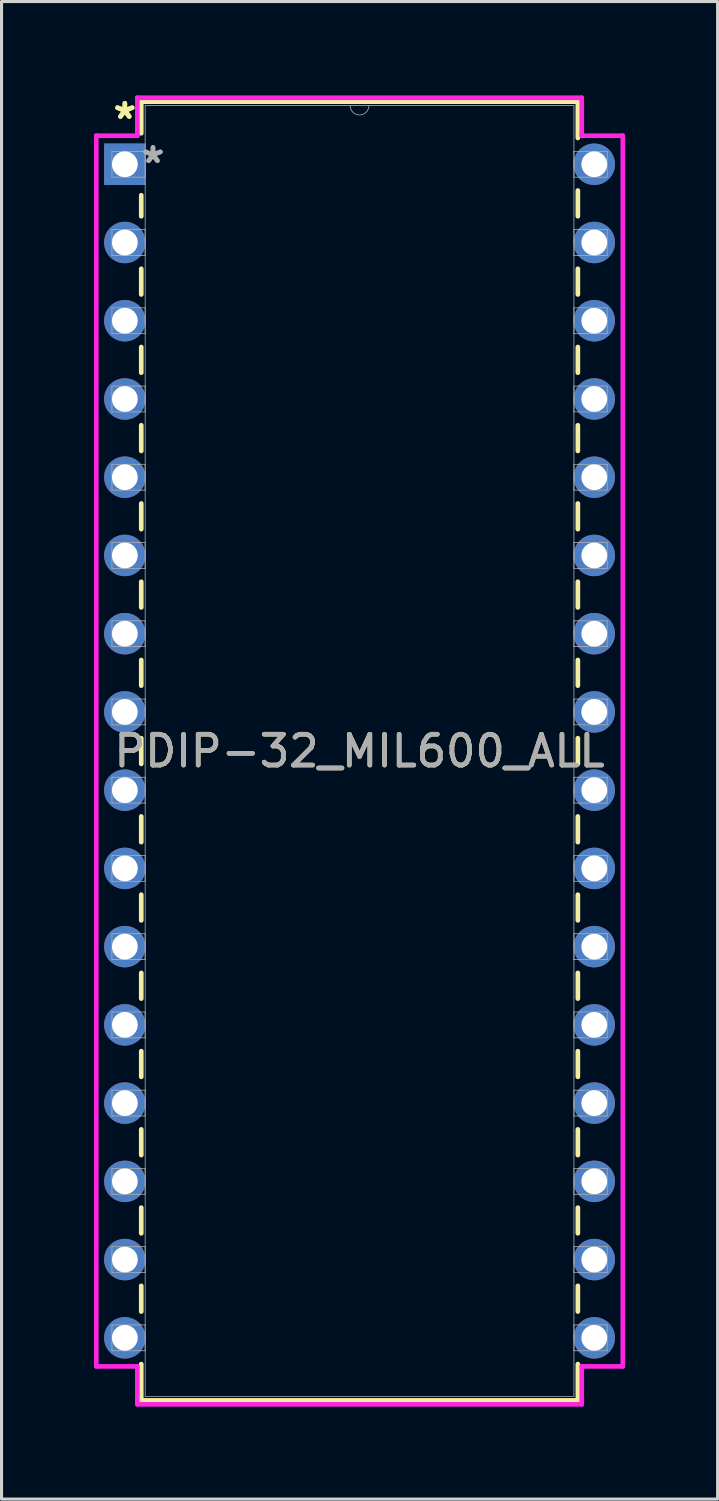
<source format=kicad_pcb>
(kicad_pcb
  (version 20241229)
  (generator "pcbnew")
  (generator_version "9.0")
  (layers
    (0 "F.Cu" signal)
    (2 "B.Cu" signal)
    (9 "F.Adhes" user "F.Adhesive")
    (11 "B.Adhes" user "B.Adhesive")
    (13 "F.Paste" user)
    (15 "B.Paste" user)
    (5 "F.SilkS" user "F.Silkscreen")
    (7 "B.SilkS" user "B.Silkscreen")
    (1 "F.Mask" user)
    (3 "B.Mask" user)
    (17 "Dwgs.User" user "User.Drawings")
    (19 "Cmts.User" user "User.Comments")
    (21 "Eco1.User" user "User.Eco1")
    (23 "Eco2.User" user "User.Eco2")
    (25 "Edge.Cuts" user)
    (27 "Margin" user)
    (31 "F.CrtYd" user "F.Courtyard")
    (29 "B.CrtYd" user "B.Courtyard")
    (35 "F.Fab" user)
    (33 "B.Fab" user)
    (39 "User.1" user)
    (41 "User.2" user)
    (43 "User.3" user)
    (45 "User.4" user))
  (footprint "PDIP-32_MIL600_ALL"
    (layer "F.Cu")
    (at 1.003 2.283)
    (property "Reference" "PDIP-32_MIL600_ALL" (at 7.62 19.05 0) (unlocked yes) (layer "F.SilkS") (effects (font (size 1 1) (thickness 0.15))))
    (attr through_hole)
    (fp_line (start 0.533 -2.032) (end 0.533 -1.006) (stroke (width 0.152) (type solid)) (layer "F.SilkS"))
    (fp_line (start 0.533 1.006) (end 0.533 1.687) (stroke (width 0.152) (type solid)) (layer "F.SilkS"))
    (fp_line (start 0.533 3.393) (end 0.533 4.227) (stroke (width 0.152) (type solid)) (layer "F.SilkS"))
    (fp_line (start 0.533 5.933) (end 0.533 6.767) (stroke (width 0.152) (type solid)) (layer "F.SilkS"))
    (fp_line (start 0.533 8.473) (end 0.533 9.307) (stroke (width 0.152) (type solid)) (layer "F.SilkS"))
    (fp_line (start 0.533 11.013) (end 0.533 11.847) (stroke (width 0.152) (type solid)) (layer "F.SilkS"))
    (fp_line (start 0.533 13.553) (end 0.533 14.387) (stroke (width 0.152) (type solid)) (layer "F.SilkS"))
    (fp_line (start 0.533 16.093) (end 0.533 16.927) (stroke (width 0.152) (type solid)) (layer "F.SilkS"))
    (fp_line (start 0.533 18.633) (end 0.533 19.467) (stroke (width 0.152) (type solid)) (layer "F.SilkS"))
    (fp_line (start 0.533 21.173) (end 0.533 22.007) (stroke (width 0.152) (type solid)) (layer "F.SilkS"))
    (fp_line (start 0.533 23.713) (end 0.533 24.547) (stroke (width 0.152) (type solid)) (layer "F.SilkS"))
    (fp_line (start 0.533 26.253) (end 0.533 27.087) (stroke (width 0.152) (type solid)) (layer "F.SilkS"))
    (fp_line (start 0.533 28.793) (end 0.533 29.627) (stroke (width 0.152) (type solid)) (layer "F.SilkS"))
    (fp_line (start 0.533 31.333) (end 0.533 32.167) (stroke (width 0.152) (type solid)) (layer "F.SilkS"))
    (fp_line (start 0.533 33.873) (end 0.533 34.707) (stroke (width 0.152) (type solid)) (layer "F.SilkS"))
    (fp_line (start 0.533 36.413) (end 0.533 37.247) (stroke (width 0.152) (type solid)) (layer "F.SilkS"))
    (fp_line (start 0.533 38.953) (end 0.533 40.132) (stroke (width 0.152) (type solid)) (layer "F.SilkS"))
    (fp_line (start 0.533 40.132) (end 14.707 40.132) (stroke (width 0.152) (type solid)) (layer "F.SilkS"))
    (fp_line (start 14.707 -2.032) (end 0.533 -2.032) (stroke (width 0.152) (type solid)) (layer "F.SilkS"))
    (fp_line (start 14.707 -0.853) (end 14.707 -2.032) (stroke (width 0.152) (type solid)) (layer "F.SilkS"))
    (fp_line (start 14.707 1.687) (end 14.707 0.853) (stroke (width 0.152) (type solid)) (layer "F.SilkS"))
    (fp_line (start 14.707 4.227) (end 14.707 3.393) (stroke (width 0.152) (type solid)) (layer "F.SilkS"))
    (fp_line (start 14.707 6.767) (end 14.707 5.933) (stroke (width 0.152) (type solid)) (layer "F.SilkS"))
    (fp_line (start 14.707 9.307) (end 14.707 8.473) (stroke (width 0.152) (type solid)) (layer "F.SilkS"))
    (fp_line (start 14.707 11.847) (end 14.707 11.013) (stroke (width 0.152) (type solid)) (layer "F.SilkS"))
    (fp_line (start 14.707 14.387) (end 14.707 13.553) (stroke (width 0.152) (type solid)) (layer "F.SilkS"))
    (fp_line (start 14.707 16.927) (end 14.707 16.093) (stroke (width 0.152) (type solid)) (layer "F.SilkS"))
    (fp_line (start 14.707 19.467) (end 14.707 18.633) (stroke (width 0.152) (type solid)) (layer "F.SilkS"))
    (fp_line (start 14.707 22.007) (end 14.707 21.173) (stroke (width 0.152) (type solid)) (layer "F.SilkS"))
    (fp_line (start 14.707 24.547) (end 14.707 23.713) (stroke (width 0.152) (type solid)) (layer "F.SilkS"))
    (fp_line (start 14.707 27.087) (end 14.707 26.253) (stroke (width 0.152) (type solid)) (layer "F.SilkS"))
    (fp_line (start 14.707 29.627) (end 14.707 28.793) (stroke (width 0.152) (type solid)) (layer "F.SilkS"))
    (fp_line (start 14.707 32.167) (end 14.707 31.333) (stroke (width 0.152) (type solid)) (layer "F.SilkS"))
    (fp_line (start 14.707 34.707) (end 14.707 33.873) (stroke (width 0.152) (type solid)) (layer "F.SilkS"))
    (fp_line (start 14.707 37.247) (end 14.707 36.413) (stroke (width 0.152) (type solid)) (layer "F.SilkS"))
    (fp_line (start 14.707 40.132) (end 14.707 38.953) (stroke (width 0.152) (type solid)) (layer "F.SilkS"))
    (fp_line (start -0.927 -0.927) (end 0.406 -0.927) (stroke (width 0.152) (type solid)) (layer "F.CrtYd"))
    (fp_line (start -0.927 39.027) (end -0.927 -0.927) (stroke (width 0.152) (type solid)) (layer "F.CrtYd"))
    (fp_line (start 0.406 -2.159) (end 14.834 -2.159) (stroke (width 0.152) (type solid)) (layer "F.CrtYd"))
    (fp_line (start 0.406 -0.927) (end 0.406 -2.159) (stroke (width 0.152) (type solid)) (layer "F.CrtYd"))
    (fp_line (start 0.406 39.027) (end -0.927 39.027) (stroke (width 0.152) (type solid)) (layer "F.CrtYd"))
    (fp_line (start 0.406 40.259) (end 0.406 39.027) (stroke (width 0.152) (type solid)) (layer "F.CrtYd"))
    (fp_line (start 14.834 -2.159) (end 14.834 -0.927) (stroke (width 0.152) (type solid)) (layer "F.CrtYd"))
    (fp_line (start 14.834 39.027) (end 14.834 40.259) (stroke (width 0.152) (type solid)) (layer "F.CrtYd"))
    (fp_line (start 14.834 40.259) (end 0.406 40.259) (stroke (width 0.152) (type solid)) (layer "F.CrtYd"))
    (fp_line (start 16.167 -0.927) (end 14.834 -0.927) (stroke (width 0.152) (type solid)) (layer "F.CrtYd"))
    (fp_line (start 16.167 -0.927) (end 16.167 39.027) (stroke (width 0.152) (type solid)) (layer "F.CrtYd"))
    (fp_line (start 16.167 39.027) (end 14.834 39.027) (stroke (width 0.152) (type solid)) (layer "F.CrtYd"))
    (fp_line (start -0.419 -0.419) (end -0.419 0.419) (stroke (width 0.025) (type solid)) (layer "F.Fab"))
    (fp_line (start -0.419 0.419) (end 0.66 0.419) (stroke (width 0.025) (type solid)) (layer "F.Fab"))
    (fp_line (start -0.419 2.121) (end -0.419 2.959) (stroke (width 0.025) (type solid)) (layer "F.Fab"))
    (fp_line (start -0.419 2.959) (end 0.66 2.959) (stroke (width 0.025) (type solid)) (layer "F.Fab"))
    (fp_line (start -0.419 4.661) (end -0.419 5.499) (stroke (width 0.025) (type solid)) (layer "F.Fab"))
    (fp_line (start -0.419 5.499) (end 0.66 5.499) (stroke (width 0.025) (type solid)) (layer "F.Fab"))
    (fp_line (start -0.419 7.201) (end -0.419 8.039) (stroke (width 0.025) (type solid)) (layer "F.Fab"))
    (fp_line (start -0.419 8.039) (end 0.66 8.039) (stroke (width 0.025) (type solid)) (layer "F.Fab"))
    (fp_line (start -0.419 9.741) (end -0.419 10.579) (stroke (width 0.025) (type solid)) (layer "F.Fab"))
    (fp_line (start -0.419 10.579) (end 0.66 10.579) (stroke (width 0.025) (type solid)) (layer "F.Fab"))
    (fp_line (start -0.419 12.281) (end -0.419 13.119) (stroke (width 0.025) (type solid)) (layer "F.Fab"))
    (fp_line (start -0.419 13.119) (end 0.66 13.119) (stroke (width 0.025) (type solid)) (layer "F.Fab"))
    (fp_line (start -0.419 14.821) (end -0.419 15.659) (stroke (width 0.025) (type solid)) (layer "F.Fab"))
    (fp_line (start -0.419 15.659) (end 0.66 15.659) (stroke (width 0.025) (type solid)) (layer "F.Fab"))
    (fp_line (start -0.419 17.361) (end -0.419 18.199) (stroke (width 0.025) (type solid)) (layer "F.Fab"))
    (fp_line (start -0.419 18.199) (end 0.66 18.199) (stroke (width 0.025) (type solid)) (layer "F.Fab"))
    (fp_line (start -0.419 19.901) (end -0.419 20.739) (stroke (width 0.025) (type solid)) (layer "F.Fab"))
    (fp_line (start -0.419 20.739) (end 0.66 20.739) (stroke (width 0.025) (type solid)) (layer "F.Fab"))
    (fp_line (start -0.419 22.441) (end -0.419 23.279) (stroke (width 0.025) (type solid)) (layer "F.Fab"))
    (fp_line (start -0.419 23.279) (end 0.66 23.279) (stroke (width 0.025) (type solid)) (layer "F.Fab"))
    (fp_line (start -0.419 24.981) (end -0.419 25.819) (stroke (width 0.025) (type solid)) (layer "F.Fab"))
    (fp_line (start -0.419 25.819) (end 0.66 25.819) (stroke (width 0.025) (type solid)) (layer "F.Fab"))
    (fp_line (start -0.419 27.521) (end -0.419 28.359) (stroke (width 0.025) (type solid)) (layer "F.Fab"))
    (fp_line (start -0.419 28.359) (end 0.66 28.359) (stroke (width 0.025) (type solid)) (layer "F.Fab"))
    (fp_line (start -0.419 30.061) (end -0.419 30.899) (stroke (width 0.025) (type solid)) (layer "F.Fab"))
    (fp_line (start -0.419 30.899) (end 0.66 30.899) (stroke (width 0.025) (type solid)) (layer "F.Fab"))
    (fp_line (start -0.419 32.601) (end -0.419 33.439) (stroke (width 0.025) (type solid)) (layer "F.Fab"))
    (fp_line (start -0.419 33.439) (end 0.66 33.439) (stroke (width 0.025) (type solid)) (layer "F.Fab"))
    (fp_line (start -0.419 35.141) (end -0.419 35.979) (stroke (width 0.025) (type solid)) (layer "F.Fab"))
    (fp_line (start -0.419 35.979) (end 0.66 35.979) (stroke (width 0.025) (type solid)) (layer "F.Fab"))
    (fp_line (start -0.419 37.681) (end -0.419 38.519) (stroke (width 0.025) (type solid)) (layer "F.Fab"))
    (fp_line (start -0.419 38.519) (end 0.66 38.519) (stroke (width 0.025) (type solid)) (layer "F.Fab"))
    (fp_line (start 0.66 -1.905) (end 0.66 40.005) (stroke (width 0.025) (type solid)) (layer "F.Fab"))
    (fp_line (start 0.66 -0.419) (end -0.419 -0.419) (stroke (width 0.025) (type solid)) (layer "F.Fab"))
    (fp_line (start 0.66 0.419) (end 0.66 -0.419) (stroke (width 0.025) (type solid)) (layer "F.Fab"))
    (fp_line (start 0.66 2.121) (end -0.419 2.121) (stroke (width 0.025) (type solid)) (layer "F.Fab"))
    (fp_line (start 0.66 2.959) (end 0.66 2.121) (stroke (width 0.025) (type solid)) (layer "F.Fab"))
    (fp_line (start 0.66 4.661) (end -0.419 4.661) (stroke (width 0.025) (type solid)) (layer "F.Fab"))
    (fp_line (start 0.66 5.499) (end 0.66 4.661) (stroke (width 0.025) (type solid)) (layer "F.Fab"))
    (fp_line (start 0.66 7.201) (end -0.419 7.201) (stroke (width 0.025) (type solid)) (layer "F.Fab"))
    (fp_line (start 0.66 8.039) (end 0.66 7.201) (stroke (width 0.025) (type solid)) (layer "F.Fab"))
    (fp_line (start 0.66 9.741) (end -0.419 9.741) (stroke (width 0.025) (type solid)) (layer "F.Fab"))
    (fp_line (start 0.66 10.579) (end 0.66 9.741) (stroke (width 0.025) (type solid)) (layer "F.Fab"))
    (fp_line (start 0.66 12.281) (end -0.419 12.281) (stroke (width 0.025) (type solid)) (layer "F.Fab"))
    (fp_line (start 0.66 13.119) (end 0.66 12.281) (stroke (width 0.025) (type solid)) (layer "F.Fab"))
    (fp_line (start 0.66 14.821) (end -0.419 14.821) (stroke (width 0.025) (type solid)) (layer "F.Fab"))
    (fp_line (start 0.66 15.659) (end 0.66 14.821) (stroke (width 0.025) (type solid)) (layer "F.Fab"))
    (fp_line (start 0.66 17.361) (end -0.419 17.361) (stroke (width 0.025) (type solid)) (layer "F.Fab"))
    (fp_line (start 0.66 18.199) (end 0.66 17.361) (stroke (width 0.025) (type solid)) (layer "F.Fab"))
    (fp_line (start 0.66 19.901) (end -0.419 19.901) (stroke (width 0.025) (type solid)) (layer "F.Fab"))
    (fp_line (start 0.66 20.739) (end 0.66 19.901) (stroke (width 0.025) (type solid)) (layer "F.Fab"))
    (fp_line (start 0.66 22.441) (end -0.419 22.441) (stroke (width 0.025) (type solid)) (layer "F.Fab"))
    (fp_line (start 0.66 23.279) (end 0.66 22.441) (stroke (width 0.025) (type solid)) (layer "F.Fab"))
    (fp_line (start 0.66 24.981) (end -0.419 24.981) (stroke (width 0.025) (type solid)) (layer "F.Fab"))
    (fp_line (start 0.66 25.819) (end 0.66 24.981) (stroke (width 0.025) (type solid)) (layer "F.Fab"))
    (fp_line (start 0.66 27.521) (end -0.419 27.521) (stroke (width 0.025) (type solid)) (layer "F.Fab"))
    (fp_line (start 0.66 28.359) (end 0.66 27.521) (stroke (width 0.025) (type solid)) (layer "F.Fab"))
    (fp_line (start 0.66 30.061) (end -0.419 30.061) (stroke (width 0.025) (type solid)) (layer "F.Fab"))
    (fp_line (start 0.66 30.899) (end 0.66 30.061) (stroke (width 0.025) (type solid)) (layer "F.Fab"))
    (fp_line (start 0.66 32.601) (end -0.419 32.601) (stroke (width 0.025) (type solid)) (layer "F.Fab"))
    (fp_line (start 0.66 33.439) (end 0.66 32.601) (stroke (width 0.025) (type solid)) (layer "F.Fab"))
    (fp_line (start 0.66 35.141) (end -0.419 35.141) (stroke (width 0.025) (type solid)) (layer "F.Fab"))
    (fp_line (start 0.66 35.979) (end 0.66 35.141) (stroke (width 0.025) (type solid)) (layer "F.Fab"))
    (fp_line (start 0.66 37.681) (end -0.419 37.681) (stroke (width 0.025) (type solid)) (layer "F.Fab"))
    (fp_line (start 0.66 38.519) (end 0.66 37.681) (stroke (width 0.025) (type solid)) (layer "F.Fab"))
    (fp_line (start 0.66 40.005) (end 14.58 40.005) (stroke (width 0.025) (type solid)) (layer "F.Fab"))
    (fp_line (start 14.58 -1.905) (end 0.66 -1.905) (stroke (width 0.025) (type solid)) (layer "F.Fab"))
    (fp_line (start 14.58 -0.419) (end 14.58 0.419) (stroke (width 0.025) (type solid)) (layer "F.Fab"))
    (fp_line (start 14.58 0.419) (end 15.659 0.419) (stroke (width 0.025) (type solid)) (layer "F.Fab"))
    (fp_line (start 14.58 2.121) (end 14.58 2.959) (stroke (width 0.025) (type solid)) (layer "F.Fab"))
    (fp_line (start 14.58 2.959) (end 15.659 2.959) (stroke (width 0.025) (type solid)) (layer "F.Fab"))
    (fp_line (start 14.58 4.661) (end 14.58 5.499) (stroke (width 0.025) (type solid)) (layer "F.Fab"))
    (fp_line (start 14.58 5.499) (end 15.659 5.499) (stroke (width 0.025) (type solid)) (layer "F.Fab"))
    (fp_line (start 14.58 7.201) (end 14.58 8.039) (stroke (width 0.025) (type solid)) (layer "F.Fab"))
    (fp_line (start 14.58 8.039) (end 15.659 8.039) (stroke (width 0.025) (type solid)) (layer "F.Fab"))
    (fp_line (start 14.58 9.741) (end 14.58 10.579) (stroke (width 0.025) (type solid)) (layer "F.Fab"))
    (fp_line (start 14.58 10.579) (end 15.659 10.579) (stroke (width 0.025) (type solid)) (layer "F.Fab"))
    (fp_line (start 14.58 12.281) (end 14.58 13.119) (stroke (width 0.025) (type solid)) (layer "F.Fab"))
    (fp_line (start 14.58 13.119) (end 15.659 13.119) (stroke (width 0.025) (type solid)) (layer "F.Fab"))
    (fp_line (start 14.58 14.821) (end 14.58 15.659) (stroke (width 0.025) (type solid)) (layer "F.Fab"))
    (fp_line (start 14.58 15.659) (end 15.659 15.659) (stroke (width 0.025) (type solid)) (layer "F.Fab"))
    (fp_line (start 14.58 17.361) (end 14.58 18.199) (stroke (width 0.025) (type solid)) (layer "F.Fab"))
    (fp_line (start 14.58 18.199) (end 15.659 18.199) (stroke (width 0.025) (type solid)) (layer "F.Fab"))
    (fp_line (start 14.58 19.901) (end 14.58 20.739) (stroke (width 0.025) (type solid)) (layer "F.Fab"))
    (fp_line (start 14.58 20.739) (end 15.659 20.739) (stroke (width 0.025) (type solid)) (layer "F.Fab"))
    (fp_line (start 14.58 22.441) (end 14.58 23.279) (stroke (width 0.025) (type solid)) (layer "F.Fab"))
    (fp_line (start 14.58 23.279) (end 15.659 23.279) (stroke (width 0.025) (type solid)) (layer "F.Fab"))
    (fp_line (start 14.58 24.981) (end 14.58 25.819) (stroke (width 0.025) (type solid)) (layer "F.Fab"))
    (fp_line (start 14.58 25.819) (end 15.659 25.819) (stroke (width 0.025) (type solid)) (layer "F.Fab"))
    (fp_line (start 14.58 27.521) (end 14.58 28.359) (stroke (width 0.025) (type solid)) (layer "F.Fab"))
    (fp_line (start 14.58 28.359) (end 15.659 28.359) (stroke (width 0.025) (type solid)) (layer "F.Fab"))
    (fp_line (start 14.58 30.061) (end 14.58 30.899) (stroke (width 0.025) (type solid)) (layer "F.Fab"))
    (fp_line (start 14.58 30.899) (end 15.659 30.899) (stroke (width 0.025) (type solid)) (layer "F.Fab"))
    (fp_line (start 14.58 32.601) (end 14.58 33.439) (stroke (width 0.025) (type solid)) (layer "F.Fab"))
    (fp_line (start 14.58 33.439) (end 15.659 33.439) (stroke (width 0.025) (type solid)) (layer "F.Fab"))
    (fp_line (start 14.58 35.141) (end 14.58 35.979) (stroke (width 0.025) (type solid)) (layer "F.Fab"))
    (fp_line (start 14.58 35.979) (end 15.659 35.979) (stroke (width 0.025) (type solid)) (layer "F.Fab"))
    (fp_line (start 14.58 37.681) (end 14.58 38.519) (stroke (width 0.025) (type solid)) (layer "F.Fab"))
    (fp_line (start 14.58 38.519) (end 15.659 38.519) (stroke (width 0.025) (type solid)) (layer "F.Fab"))
    (fp_line (start 14.58 40.005) (end 14.58 -1.905) (stroke (width 0.025) (type solid)) (layer "F.Fab"))
    (fp_line (start 15.659 -0.419) (end 14.58 -0.419) (stroke (width 0.025) (type solid)) (layer "F.Fab"))
    (fp_line (start 15.659 0.419) (end 15.659 -0.419) (stroke (width 0.025) (type solid)) (layer "F.Fab"))
    (fp_line (start 15.659 2.121) (end 14.58 2.121) (stroke (width 0.025) (type solid)) (layer "F.Fab"))
    (fp_line (start 15.659 2.959) (end 15.659 2.121) (stroke (width 0.025) (type solid)) (layer "F.Fab"))
    (fp_line (start 15.659 4.661) (end 14.58 4.661) (stroke (width 0.025) (type solid)) (layer "F.Fab"))
    (fp_line (start 15.659 5.499) (end 15.659 4.661) (stroke (width 0.025) (type solid)) (layer "F.Fab"))
    (fp_line (start 15.659 7.201) (end 14.58 7.201) (stroke (width 0.025) (type solid)) (layer "F.Fab"))
    (fp_line (start 15.659 8.039) (end 15.659 7.201) (stroke (width 0.025) (type solid)) (layer "F.Fab"))
    (fp_line (start 15.659 9.741) (end 14.58 9.741) (stroke (width 0.025) (type solid)) (layer "F.Fab"))
    (fp_line (start 15.659 10.579) (end 15.659 9.741) (stroke (width 0.025) (type solid)) (layer "F.Fab"))
    (fp_line (start 15.659 12.281) (end 14.58 12.281) (stroke (width 0.025) (type solid)) (layer "F.Fab"))
    (fp_line (start 15.659 13.119) (end 15.659 12.281) (stroke (width 0.025) (type solid)) (layer "F.Fab"))
    (fp_line (start 15.659 14.821) (end 14.58 14.821) (stroke (width 0.025) (type solid)) (layer "F.Fab"))
    (fp_line (start 15.659 15.659) (end 15.659 14.821) (stroke (width 0.025) (type solid)) (layer "F.Fab"))
    (fp_line (start 15.659 17.361) (end 14.58 17.361) (stroke (width 0.025) (type solid)) (layer "F.Fab"))
    (fp_line (start 15.659 18.199) (end 15.659 17.361) (stroke (width 0.025) (type solid)) (layer "F.Fab"))
    (fp_line (start 15.659 19.901) (end 14.58 19.901) (stroke (width 0.025) (type solid)) (layer "F.Fab"))
    (fp_line (start 15.659 20.739) (end 15.659 19.901) (stroke (width 0.025) (type solid)) (layer "F.Fab"))
    (fp_line (start 15.659 22.441) (end 14.58 22.441) (stroke (width 0.025) (type solid)) (layer "F.Fab"))
    (fp_line (start 15.659 23.279) (end 15.659 22.441) (stroke (width 0.025) (type solid)) (layer "F.Fab"))
    (fp_line (start 15.659 24.981) (end 14.58 24.981) (stroke (width 0.025) (type solid)) (layer "F.Fab"))
    (fp_line (start 15.659 25.819) (end 15.659 24.981) (stroke (width 0.025) (type solid)) (layer "F.Fab"))
    (fp_line (start 15.659 27.521) (end 14.58 27.521) (stroke (width 0.025) (type solid)) (layer "F.Fab"))
    (fp_line (start 15.659 28.359) (end 15.659 27.521) (stroke (width 0.025) (type solid)) (layer "F.Fab"))
    (fp_line (start 15.659 30.061) (end 14.58 30.061) (stroke (width 0.025) (type solid)) (layer "F.Fab"))
    (fp_line (start 15.659 30.899) (end 15.659 30.061) (stroke (width 0.025) (type solid)) (layer "F.Fab"))
    (fp_line (start 15.659 32.601) (end 14.58 32.601) (stroke (width 0.025) (type solid)) (layer "F.Fab"))
    (fp_line (start 15.659 33.439) (end 15.659 32.601) (stroke (width 0.025) (type solid)) (layer "F.Fab"))
    (fp_line (start 15.659 35.141) (end 14.58 35.141) (stroke (width 0.025) (type solid)) (layer "F.Fab"))
    (fp_line (start 15.659 35.979) (end 15.659 35.141) (stroke (width 0.025) (type solid)) (layer "F.Fab"))
    (fp_line (start 15.659 37.681) (end 14.58 37.681) (stroke (width 0.025) (type solid)) (layer "F.Fab"))
    (fp_line (start 15.659 38.519) (end 15.659 37.681) (stroke (width 0.025) (type solid)) (layer "F.Fab"))
    (fp_arc (start 7.9248 -1.905) (mid 7.62 -1.6002) (end 7.3152 -1.905) (stroke (width 0.0254) (type solid)) (layer "F.Fab"))
    (fp_text user "*" (at 0 -1.435 0) (layer "F.SilkS") (effects (font (size 1 1) (thickness 0.15))))
    (fp_text user "*" (at 0 -1.435 0) (unlocked yes) (layer "F.SilkS") (effects (font (size 1 1) (thickness 0.15))))
    (fp_text user "*" (at 0.914 0 0) (layer "F.Fab") (effects (font (size 1 1) (thickness 0.15))))
    (fp_text user "${REFERENCE}" (at 7.62 19.05 0) (unlocked yes) (layer "F.Fab") (effects (font (size 1 1) (thickness 0.15))))
    (fp_text user "*" (at 0.914 0 0) (unlocked yes) (layer "F.Fab") (effects (font (size 1 1) (thickness 0.15))))
    (pad "1" thru_hole rect (at 0 0) (size 1.346 1.346) (drill 0.838) (layers "*.Cu" "*.Mask"))
    (pad "2" thru_hole circle (at 0 2.54) (size 1.346 1.346) (drill 0.838) (layers "*.Cu" "*.Mask"))
    (pad "3" thru_hole circle (at 0 5.08) (size 1.346 1.346) (drill 0.838) (layers "*.Cu" "*.Mask"))
    (pad "4" thru_hole circle (at 0 7.62) (size 1.346 1.346) (drill 0.838) (layers "*.Cu" "*.Mask"))
    (pad "5" thru_hole circle (at 0 10.16) (size 1.346 1.346) (drill 0.838) (layers "*.Cu" "*.Mask"))
    (pad "6" thru_hole circle (at 0 12.7) (size 1.346 1.346) (drill 0.838) (layers "*.Cu" "*.Mask"))
    (pad "7" thru_hole circle (at 0 15.24) (size 1.346 1.346) (drill 0.838) (layers "*.Cu" "*.Mask"))
    (pad "8" thru_hole circle (at 0 17.78) (size 1.346 1.346) (drill 0.838) (layers "*.Cu" "*.Mask"))
    (pad "9" thru_hole circle (at 0 20.32) (size 1.346 1.346) (drill 0.838) (layers "*.Cu" "*.Mask"))
    (pad "10" thru_hole circle (at 0 22.86) (size 1.346 1.346) (drill 0.838) (layers "*.Cu" "*.Mask"))
    (pad "11" thru_hole circle (at 0 25.4) (size 1.346 1.346) (drill 0.838) (layers "*.Cu" "*.Mask"))
    (pad "12" thru_hole circle (at 0 27.94) (size 1.346 1.346) (drill 0.838) (layers "*.Cu" "*.Mask"))
    (pad "13" thru_hole circle (at 0 30.48) (size 1.346 1.346) (drill 0.838) (layers "*.Cu" "*.Mask"))
    (pad "14" thru_hole circle (at 0 33.02) (size 1.346 1.346) (drill 0.838) (layers "*.Cu" "*.Mask"))
    (pad "15" thru_hole circle (at 0 35.56) (size 1.346 1.346) (drill 0.838) (layers "*.Cu" "*.Mask"))
    (pad "16" thru_hole circle (at 0 38.1) (size 1.346 1.346) (drill 0.838) (layers "*.Cu" "*.Mask"))
    (pad "17" thru_hole circle (at 15.24 38.1) (size 1.346 1.346) (drill 0.838) (layers "*.Cu" "*.Mask"))
    (pad "18" thru_hole circle (at 15.24 35.56) (size 1.346 1.346) (drill 0.838) (layers "*.Cu" "*.Mask"))
    (pad "19" thru_hole circle (at 15.24 33.02) (size 1.346 1.346) (drill 0.838) (layers "*.Cu" "*.Mask"))
    (pad "20" thru_hole circle (at 15.24 30.48) (size 1.346 1.346) (drill 0.838) (layers "*.Cu" "*.Mask"))
    (pad "21" thru_hole circle (at 15.24 27.94) (size 1.346 1.346) (drill 0.838) (layers "*.Cu" "*.Mask"))
    (pad "22" thru_hole circle (at 15.24 25.4) (size 1.346 1.346) (drill 0.838) (layers "*.Cu" "*.Mask"))
    (pad "23" thru_hole circle (at 15.24 22.86) (size 1.346 1.346) (drill 0.838) (layers "*.Cu" "*.Mask"))
    (pad "24" thru_hole circle (at 15.24 20.32) (size 1.346 1.346) (drill 0.838) (layers "*.Cu" "*.Mask"))
    (pad "25" thru_hole circle (at 15.24 17.78) (size 1.346 1.346) (drill 0.838) (layers "*.Cu" "*.Mask"))
    (pad "26" thru_hole circle (at 15.24 15.24) (size 1.346 1.346) (drill 0.838) (layers "*.Cu" "*.Mask"))
    (pad "27" thru_hole circle (at 15.24 12.7) (size 1.346 1.346) (drill 0.838) (layers "*.Cu" "*.Mask"))
    (pad "28" thru_hole circle (at 15.24 10.16) (size 1.346 1.346) (drill 0.838) (layers "*.Cu" "*.Mask"))
    (pad "29" thru_hole circle (at 15.24 7.62) (size 1.346 1.346) (drill 0.838) (layers "*.Cu" "*.Mask"))
    (pad "30" thru_hole circle (at 15.24 5.08) (size 1.346 1.346) (drill 0.838) (layers "*.Cu" "*.Mask"))
    (pad "31" thru_hole circle (at 15.24 2.54) (size 1.346 1.346) (drill 0.838) (layers "*.Cu" "*.Mask"))
    (pad "32" thru_hole circle (at 15.24 0) (size 1.346 1.346) (drill 0.838) (layers "*.Cu" "*.Mask")))
  (gr_rect
    (start -3 -3)
    (end 20.247 45.619)
    (stroke (width 0.1) (type default))
    (fill no)
    (layer "Edge.Cuts")))
</source>
